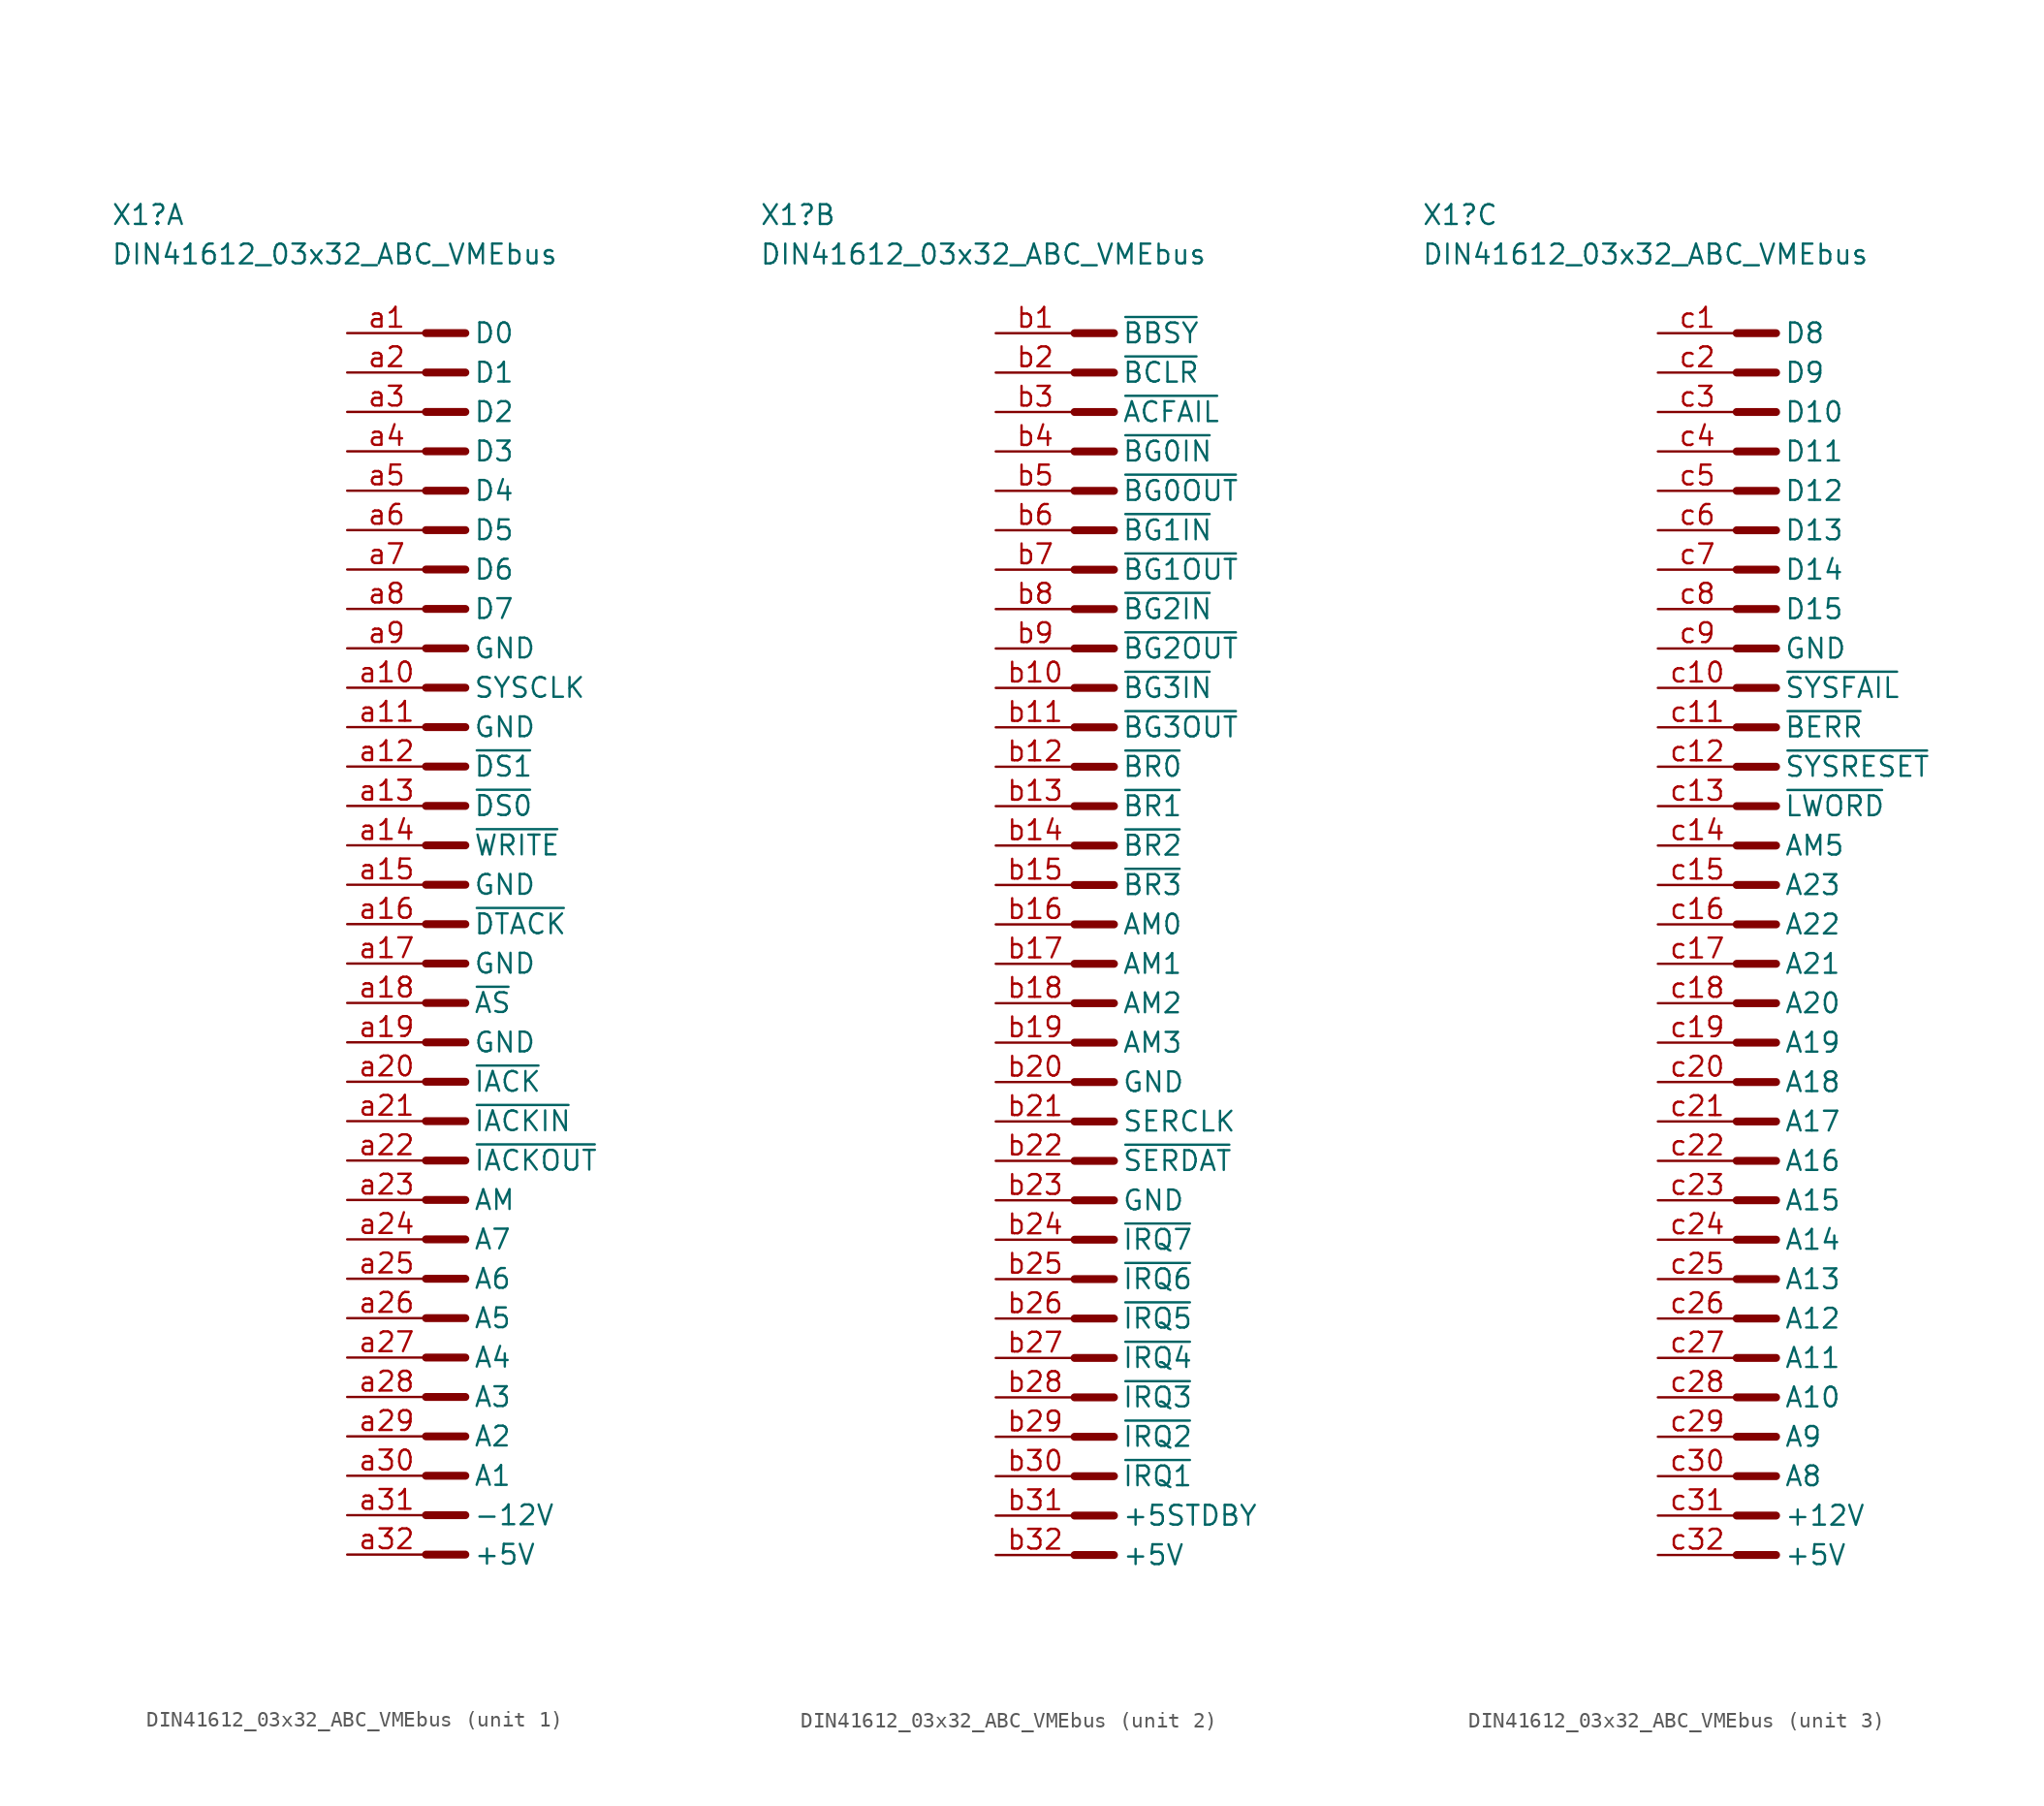
<source format=kicad_sym>
(kicad_symbol_lib
  (version 20211014)
  (generator kicad_symbol_editor)
  (symbol "DIN41612_03x32_ABC_VMEbus"
    (pin_names
      (offset 3.048))
    (property "Reference" "X1"
      (at -20.32 45.72 0)
      (effects (font (size 1.27 1.27)) (justify left)))
    (property "Value" "DIN41612_03x32_ABC_VMEbus"
      (at -20.32 43.18 0)
      (effects (font (size 1.27 1.27)) (justify left)))
    (property "ki_locked" ""
      (at 0 0 0)
      (effects (font (size 1.27 1.27))))
    (symbol "DIN41612_03x32_ABC_VMEbus_1_1"
      (polyline (pts (xy 0 -40.64) (xy 2.54 -40.64)) (stroke (width 0.508) (type default) (color 0 0 0 0)) (fill (type none)))
      (polyline (pts (xy 0 -38.1) (xy 2.54 -38.1)) (stroke (width 0.508) (type default) (color 0 0 0 0)) (fill (type none)))
      (polyline (pts (xy 0 -35.56) (xy 2.54 -35.56)) (stroke (width 0.508) (type default) (color 0 0 0 0)) (fill (type none)))
      (polyline (pts (xy 0 -33.02) (xy 2.54 -33.02)) (stroke (width 0.508) (type default) (color 0 0 0 0)) (fill (type none)))
      (polyline (pts (xy 0 -30.48) (xy 2.54 -30.48)) (stroke (width 0.508) (type default) (color 0 0 0 0)) (fill (type none)))
      (polyline (pts (xy 0 -27.94) (xy 2.54 -27.94)) (stroke (width 0.508) (type default) (color 0 0 0 0)) (fill (type none)))
      (polyline (pts (xy 0 -25.4) (xy 2.54 -25.4)) (stroke (width 0.508) (type default) (color 0 0 0 0)) (fill (type none)))
      (polyline (pts (xy 0 -22.86) (xy 2.54 -22.86)) (stroke (width 0.508) (type default) (color 0 0 0 0)) (fill (type none)))
      (polyline (pts (xy 0 -20.32) (xy 2.54 -20.32)) (stroke (width 0.508) (type default) (color 0 0 0 0)) (fill (type none)))
      (polyline (pts (xy 0 -17.78) (xy 2.54 -17.78)) (stroke (width 0.508) (type default) (color 0 0 0 0)) (fill (type none)))
      (polyline (pts (xy 0 -15.24) (xy 2.54 -15.24)) (stroke (width 0.508) (type default) (color 0 0 0 0)) (fill (type none)))
      (polyline (pts (xy 0 -12.7) (xy 2.54 -12.7)) (stroke (width 0.508) (type default) (color 0 0 0 0)) (fill (type none)))
      (polyline (pts (xy 0 -10.16) (xy 2.54 -10.16)) (stroke (width 0.508) (type default) (color 0 0 0 0)) (fill (type none)))
      (polyline (pts (xy 0 -7.62) (xy 2.54 -7.62)) (stroke (width 0.508) (type default) (color 0 0 0 0)) (fill (type none)))
      (polyline (pts (xy 0 -5.08) (xy 2.54 -5.08)) (stroke (width 0.508) (type default) (color 0 0 0 0)) (fill (type none)))
      (polyline (pts (xy 0 -2.54) (xy 2.54 -2.54)) (stroke (width 0.508) (type default) (color 0 0 0 0)) (fill (type none)))
      (polyline (pts (xy 0 0) (xy 2.54 0)) (stroke (width 0.508) (type default) (color 0 0 0 0)) (fill (type none)))
      (polyline (pts (xy 0 2.54) (xy 2.54 2.54)) (stroke (width 0.508) (type default) (color 0 0 0 0)) (fill (type none)))
      (polyline (pts (xy 0 5.08) (xy 2.54 5.08)) (stroke (width 0.508) (type default) (color 0 0 0 0)) (fill (type none)))
      (polyline (pts (xy 0 7.62) (xy 2.54 7.62)) (stroke (width 0.508) (type default) (color 0 0 0 0)) (fill (type none)))
      (polyline (pts (xy 0 10.16) (xy 2.54 10.16)) (stroke (width 0.508) (type default) (color 0 0 0 0)) (fill (type none)))
      (polyline (pts (xy 0 12.7) (xy 2.54 12.7)) (stroke (width 0.508) (type default) (color 0 0 0 0)) (fill (type none)))
      (polyline (pts (xy 0 15.24) (xy 2.54 15.24)) (stroke (width 0.508) (type default) (color 0 0 0 0)) (fill (type none)))
      (polyline (pts (xy 0 17.78) (xy 2.54 17.78)) (stroke (width 0.508) (type default) (color 0 0 0 0)) (fill (type none)))
      (polyline (pts (xy 0 20.32) (xy 2.54 20.32)) (stroke (width 0.508) (type default) (color 0 0 0 0)) (fill (type none)))
      (polyline (pts (xy 0 22.86) (xy 2.54 22.86)) (stroke (width 0.508) (type default) (color 0 0 0 0)) (fill (type none)))
      (polyline (pts (xy 0 25.4) (xy 2.54 25.4)) (stroke (width 0.508) (type default) (color 0 0 0 0)) (fill (type none)))
      (polyline (pts (xy 0 27.94) (xy 2.54 27.94)) (stroke (width 0.508) (type default) (color 0 0 0 0)) (fill (type none)))
      (polyline (pts (xy 0 30.48) (xy 2.54 30.48)) (stroke (width 0.508) (type default) (color 0 0 0 0)) (fill (type none)))
      (polyline (pts (xy 0 33.02) (xy 2.54 33.02)) (stroke (width 0.508) (type default) (color 0 0 0 0)) (fill (type none)))
      (polyline (pts (xy 0 35.56) (xy 2.54 35.56)) (stroke (width 0.508) (type default) (color 0 0 0 0)) (fill (type none)))
      (polyline (pts (xy 0 38.1) (xy 2.54 38.1)) (stroke (width 0.508) (type default) (color 0 0 0 0)) (fill (type none)))
      (pin passive line (at -5.08 38.1 0) (length 5.08) (name "D0" (effects (font (size 1.27 1.27)))) (number "a1" (effects (font (size 1.27 1.27)))))
      (pin passive line (at -5.08 15.24 0) (length 5.08) (name "SYSCLK" (effects (font (size 1.27 1.27)))) (number "a10" (effects (font (size 1.27 1.27)))))
      (pin passive line (at -5.08 12.7 0) (length 5.08) (name "GND" (effects (font (size 1.27 1.27)))) (number "a11" (effects (font (size 1.27 1.27)))))
      (pin passive line (at -5.08 10.16 0) (length 5.08) (name "~{DS1}" (effects (font (size 1.27 1.27)))) (number "a12" (effects (font (size 1.27 1.27)))))
      (pin passive line (at -5.08 7.62 0) (length 5.08) (name "~{DS0}" (effects (font (size 1.27 1.27)))) (number "a13" (effects (font (size 1.27 1.27)))))
      (pin passive line (at -5.08 5.08 0) (length 5.08) (name "~{WRITE}" (effects (font (size 1.27 1.27)))) (number "a14" (effects (font (size 1.27 1.27)))))
      (pin passive line (at -5.08 2.54 0) (length 5.08) (name "GND" (effects (font (size 1.27 1.27)))) (number "a15" (effects (font (size 1.27 1.27)))))
      (pin passive line (at -5.08 0 0) (length 5.08) (name "~{DTACK}" (effects (font (size 1.27 1.27)))) (number "a16" (effects (font (size 1.27 1.27)))))
      (pin passive line (at -5.08 -2.54 0) (length 5.08) (name "GND" (effects (font (size 1.27 1.27)))) (number "a17" (effects (font (size 1.27 1.27)))))
      (pin passive line (at -5.08 -5.08 0) (length 5.08) (name "~{AS}" (effects (font (size 1.27 1.27)))) (number "a18" (effects (font (size 1.27 1.27)))))
      (pin passive line (at -5.08 -7.62 0) (length 5.08) (name "GND" (effects (font (size 1.27 1.27)))) (number "a19" (effects (font (size 1.27 1.27)))))
      (pin passive line (at -5.08 35.56 0) (length 5.08) (name "D1" (effects (font (size 1.27 1.27)))) (number "a2" (effects (font (size 1.27 1.27)))))
      (pin passive line (at -5.08 -10.16 0) (length 5.08) (name "~{IACK}" (effects (font (size 1.27 1.27)))) (number "a20" (effects (font (size 1.27 1.27)))))
      (pin passive line (at -5.08 -12.7 0) (length 5.08) (name "~{IACKIN}" (effects (font (size 1.27 1.27)))) (number "a21" (effects (font (size 1.27 1.27)))))
      (pin passive line (at -5.08 -15.24 0) (length 5.08) (name "~{IACKOUT}" (effects (font (size 1.27 1.27)))) (number "a22" (effects (font (size 1.27 1.27)))))
      (pin passive line (at -5.08 -17.78 0) (length 5.08) (name "AM" (effects (font (size 1.27 1.27)))) (number "a23" (effects (font (size 1.27 1.27)))))
      (pin passive line (at -5.08 -20.32 0) (length 5.08) (name "A7" (effects (font (size 1.27 1.27)))) (number "a24" (effects (font (size 1.27 1.27)))))
      (pin passive line (at -5.08 -22.86 0) (length 5.08) (name "A6" (effects (font (size 1.27 1.27)))) (number "a25" (effects (font (size 1.27 1.27)))))
      (pin passive line (at -5.08 -25.4 0) (length 5.08) (name "A5" (effects (font (size 1.27 1.27)))) (number "a26" (effects (font (size 1.27 1.27)))))
      (pin passive line (at -5.08 -27.94 0) (length 5.08) (name "A4" (effects (font (size 1.27 1.27)))) (number "a27" (effects (font (size 1.27 1.27)))))
      (pin passive line (at -5.08 -30.48 0) (length 5.08) (name "A3" (effects (font (size 1.27 1.27)))) (number "a28" (effects (font (size 1.27 1.27)))))
      (pin passive line (at -5.08 -33.02 0) (length 5.08) (name "A2" (effects (font (size 1.27 1.27)))) (number "a29" (effects (font (size 1.27 1.27)))))
      (pin passive line (at -5.08 33.02 0) (length 5.08) (name "D2" (effects (font (size 1.27 1.27)))) (number "a3" (effects (font (size 1.27 1.27)))))
      (pin passive line (at -5.08 -35.56 0) (length 5.08) (name "A1" (effects (font (size 1.27 1.27)))) (number "a30" (effects (font (size 1.27 1.27)))))
      (pin passive line (at -5.08 -38.1 0) (length 5.08) (name "-12V" (effects (font (size 1.27 1.27)))) (number "a31" (effects (font (size 1.27 1.27)))))
      (pin passive line (at -5.08 -40.64 0) (length 5.08) (name "+5V" (effects (font (size 1.27 1.27)))) (number "a32" (effects (font (size 1.27 1.27)))))
      (pin passive line (at -5.08 30.48 0) (length 5.08) (name "D3" (effects (font (size 1.27 1.27)))) (number "a4" (effects (font (size 1.27 1.27)))))
      (pin passive line (at -5.08 27.94 0) (length 5.08) (name "D4" (effects (font (size 1.27 1.27)))) (number "a5" (effects (font (size 1.27 1.27)))))
      (pin passive line (at -5.08 25.4 0) (length 5.08) (name "D5" (effects (font (size 1.27 1.27)))) (number "a6" (effects (font (size 1.27 1.27)))))
      (pin passive line (at -5.08 22.86 0) (length 5.08) (name "D6" (effects (font (size 1.27 1.27)))) (number "a7" (effects (font (size 1.27 1.27)))))
      (pin passive line (at -5.08 20.32 0) (length 5.08) (name "D7" (effects (font (size 1.27 1.27)))) (number "a8" (effects (font (size 1.27 1.27)))))
      (pin passive line (at -5.08 17.78 0) (length 5.08) (name "GND" (effects (font (size 1.27 1.27)))) (number "a9" (effects (font (size 1.27 1.27))))))
    (symbol "DIN41612_03x32_ABC_VMEbus_2_1"
      (polyline (pts (xy 0 -40.64) (xy 2.54 -40.64)) (stroke (width 0.508) (type default) (color 0 0 0 0)) (fill (type none)))
      (polyline (pts (xy 0 -38.1) (xy 2.54 -38.1)) (stroke (width 0.508) (type default) (color 0 0 0 0)) (fill (type none)))
      (polyline (pts (xy 0 -35.56) (xy 2.54 -35.56)) (stroke (width 0.508) (type default) (color 0 0 0 0)) (fill (type none)))
      (polyline (pts (xy 0 -33.02) (xy 2.54 -33.02)) (stroke (width 0.508) (type default) (color 0 0 0 0)) (fill (type none)))
      (polyline (pts (xy 0 -30.48) (xy 2.54 -30.48)) (stroke (width 0.508) (type default) (color 0 0 0 0)) (fill (type none)))
      (polyline (pts (xy 0 -27.94) (xy 2.54 -27.94)) (stroke (width 0.508) (type default) (color 0 0 0 0)) (fill (type none)))
      (polyline (pts (xy 0 -25.4) (xy 2.54 -25.4)) (stroke (width 0.508) (type default) (color 0 0 0 0)) (fill (type none)))
      (polyline (pts (xy 0 -22.86) (xy 2.54 -22.86)) (stroke (width 0.508) (type default) (color 0 0 0 0)) (fill (type none)))
      (polyline (pts (xy 0 -20.32) (xy 2.54 -20.32)) (stroke (width 0.508) (type default) (color 0 0 0 0)) (fill (type none)))
      (polyline (pts (xy 0 -17.78) (xy 2.54 -17.78)) (stroke (width 0.508) (type default) (color 0 0 0 0)) (fill (type none)))
      (polyline (pts (xy 0 -15.24) (xy 2.54 -15.24)) (stroke (width 0.508) (type default) (color 0 0 0 0)) (fill (type none)))
      (polyline (pts (xy 0 -12.7) (xy 2.54 -12.7)) (stroke (width 0.508) (type default) (color 0 0 0 0)) (fill (type none)))
      (polyline (pts (xy 0 -10.16) (xy 2.54 -10.16)) (stroke (width 0.508) (type default) (color 0 0 0 0)) (fill (type none)))
      (polyline (pts (xy 0 -7.62) (xy 2.54 -7.62)) (stroke (width 0.508) (type default) (color 0 0 0 0)) (fill (type none)))
      (polyline (pts (xy 0 -5.08) (xy 2.54 -5.08)) (stroke (width 0.508) (type default) (color 0 0 0 0)) (fill (type none)))
      (polyline (pts (xy 0 -2.54) (xy 2.54 -2.54)) (stroke (width 0.508) (type default) (color 0 0 0 0)) (fill (type none)))
      (polyline (pts (xy 0 0) (xy 2.54 0)) (stroke (width 0.508) (type default) (color 0 0 0 0)) (fill (type none)))
      (polyline (pts (xy 0 2.54) (xy 2.54 2.54)) (stroke (width 0.508) (type default) (color 0 0 0 0)) (fill (type none)))
      (polyline (pts (xy 0 5.08) (xy 2.54 5.08)) (stroke (width 0.508) (type default) (color 0 0 0 0)) (fill (type none)))
      (polyline (pts (xy 0 7.62) (xy 2.54 7.62)) (stroke (width 0.508) (type default) (color 0 0 0 0)) (fill (type none)))
      (polyline (pts (xy 0 10.16) (xy 2.54 10.16)) (stroke (width 0.508) (type default) (color 0 0 0 0)) (fill (type none)))
      (polyline (pts (xy 0 12.7) (xy 2.54 12.7)) (stroke (width 0.508) (type default) (color 0 0 0 0)) (fill (type none)))
      (polyline (pts (xy 0 15.24) (xy 2.54 15.24)) (stroke (width 0.508) (type default) (color 0 0 0 0)) (fill (type none)))
      (polyline (pts (xy 0 17.78) (xy 2.54 17.78)) (stroke (width 0.508) (type default) (color 0 0 0 0)) (fill (type none)))
      (polyline (pts (xy 0 20.32) (xy 2.54 20.32)) (stroke (width 0.508) (type default) (color 0 0 0 0)) (fill (type none)))
      (polyline (pts (xy 0 22.86) (xy 2.54 22.86)) (stroke (width 0.508) (type default) (color 0 0 0 0)) (fill (type none)))
      (polyline (pts (xy 0 25.4) (xy 2.54 25.4)) (stroke (width 0.508) (type default) (color 0 0 0 0)) (fill (type none)))
      (polyline (pts (xy 0 27.94) (xy 2.54 27.94)) (stroke (width 0.508) (type default) (color 0 0 0 0)) (fill (type none)))
      (polyline (pts (xy 0 30.48) (xy 2.54 30.48)) (stroke (width 0.508) (type default) (color 0 0 0 0)) (fill (type none)))
      (polyline (pts (xy 0 33.02) (xy 2.54 33.02)) (stroke (width 0.508) (type default) (color 0 0 0 0)) (fill (type none)))
      (polyline (pts (xy 0 35.56) (xy 2.54 35.56)) (stroke (width 0.508) (type default) (color 0 0 0 0)) (fill (type none)))
      (polyline (pts (xy 0 38.1) (xy 2.54 38.1)) (stroke (width 0.508) (type default) (color 0 0 0 0)) (fill (type none)))
      (pin passive line (at -5.08 38.1 0) (length 5.08) (name "~{BBSY}" (effects (font (size 1.27 1.27)))) (number "b1" (effects (font (size 1.27 1.27)))))
      (pin passive line (at -5.08 15.24 0) (length 5.08) (name "~{BG3IN}" (effects (font (size 1.27 1.27)))) (number "b10" (effects (font (size 1.27 1.27)))))
      (pin passive line (at -5.08 12.7 0) (length 5.08) (name "~{BG3OUT}" (effects (font (size 1.27 1.27)))) (number "b11" (effects (font (size 1.27 1.27)))))
      (pin passive line (at -5.08 10.16 0) (length 5.08) (name "~{BR0}" (effects (font (size 1.27 1.27)))) (number "b12" (effects (font (size 1.27 1.27)))))
      (pin passive line (at -5.08 7.62 0) (length 5.08) (name "~{BR1}" (effects (font (size 1.27 1.27)))) (number "b13" (effects (font (size 1.27 1.27)))))
      (pin passive line (at -5.08 5.08 0) (length 5.08) (name "~{BR2}" (effects (font (size 1.27 1.27)))) (number "b14" (effects (font (size 1.27 1.27)))))
      (pin passive line (at -5.08 2.54 0) (length 5.08) (name "~{BR3}" (effects (font (size 1.27 1.27)))) (number "b15" (effects (font (size 1.27 1.27)))))
      (pin passive line (at -5.08 0 0) (length 5.08) (name "AM0" (effects (font (size 1.27 1.27)))) (number "b16" (effects (font (size 1.27 1.27)))))
      (pin passive line (at -5.08 -2.54 0) (length 5.08) (name "AM1" (effects (font (size 1.27 1.27)))) (number "b17" (effects (font (size 1.27 1.27)))))
      (pin passive line (at -5.08 -5.08 0) (length 5.08) (name "AM2" (effects (font (size 1.27 1.27)))) (number "b18" (effects (font (size 1.27 1.27)))))
      (pin passive line (at -5.08 -7.62 0) (length 5.08) (name "AM3" (effects (font (size 1.27 1.27)))) (number "b19" (effects (font (size 1.27 1.27)))))
      (pin passive line (at -5.08 35.56 0) (length 5.08) (name "~{BCLR}" (effects (font (size 1.27 1.27)))) (number "b2" (effects (font (size 1.27 1.27)))))
      (pin passive line (at -5.08 -10.16 0) (length 5.08) (name "GND" (effects (font (size 1.27 1.27)))) (number "b20" (effects (font (size 1.27 1.27)))))
      (pin passive line (at -5.08 -12.7 0) (length 5.08) (name "SERCLK" (effects (font (size 1.27 1.27)))) (number "b21" (effects (font (size 1.27 1.27)))))
      (pin passive line (at -5.08 -15.24 0) (length 5.08) (name "~{SERDAT}" (effects (font (size 1.27 1.27)))) (number "b22" (effects (font (size 1.27 1.27)))))
      (pin passive line (at -5.08 -17.78 0) (length 5.08) (name "GND" (effects (font (size 1.27 1.27)))) (number "b23" (effects (font (size 1.27 1.27)))))
      (pin passive line (at -5.08 -20.32 0) (length 5.08) (name "~{IRQ7}" (effects (font (size 1.27 1.27)))) (number "b24" (effects (font (size 1.27 1.27)))))
      (pin passive line (at -5.08 -22.86 0) (length 5.08) (name "~{IRQ6}" (effects (font (size 1.27 1.27)))) (number "b25" (effects (font (size 1.27 1.27)))))
      (pin passive line (at -5.08 -25.4 0) (length 5.08) (name "~{IRQ5}" (effects (font (size 1.27 1.27)))) (number "b26" (effects (font (size 1.27 1.27)))))
      (pin passive line (at -5.08 -27.94 0) (length 5.08) (name "~{IRQ4}" (effects (font (size 1.27 1.27)))) (number "b27" (effects (font (size 1.27 1.27)))))
      (pin passive line (at -5.08 -30.48 0) (length 5.08) (name "~{IRQ3}" (effects (font (size 1.27 1.27)))) (number "b28" (effects (font (size 1.27 1.27)))))
      (pin passive line (at -5.08 -33.02 0) (length 5.08) (name "~{IRQ2}" (effects (font (size 1.27 1.27)))) (number "b29" (effects (font (size 1.27 1.27)))))
      (pin passive line (at -5.08 33.02 0) (length 5.08) (name "~{ACFAIL}" (effects (font (size 1.27 1.27)))) (number "b3" (effects (font (size 1.27 1.27)))))
      (pin passive line (at -5.08 -35.56 0) (length 5.08) (name "~{IRQ1}" (effects (font (size 1.27 1.27)))) (number "b30" (effects (font (size 1.27 1.27)))))
      (pin passive line (at -5.08 -38.1 0) (length 5.08) (name "+5STDBY" (effects (font (size 1.27 1.27)))) (number "b31" (effects (font (size 1.27 1.27)))))
      (pin passive line (at -5.08 -40.64 0) (length 5.08) (name "+5V" (effects (font (size 1.27 1.27)))) (number "b32" (effects (font (size 1.27 1.27)))))
      (pin passive line (at -5.08 30.48 0) (length 5.08) (name "~{BG0IN}" (effects (font (size 1.27 1.27)))) (number "b4" (effects (font (size 1.27 1.27)))))
      (pin passive line (at -5.08 27.94 0) (length 5.08) (name "~{BG0OUT}" (effects (font (size 1.27 1.27)))) (number "b5" (effects (font (size 1.27 1.27)))))
      (pin passive line (at -5.08 25.4 0) (length 5.08) (name "~{BG1IN}" (effects (font (size 1.27 1.27)))) (number "b6" (effects (font (size 1.27 1.27)))))
      (pin passive line (at -5.08 22.86 0) (length 5.08) (name "~{BG1OUT}" (effects (font (size 1.27 1.27)))) (number "b7" (effects (font (size 1.27 1.27)))))
      (pin passive line (at -5.08 20.32 0) (length 5.08) (name "~{BG2IN}" (effects (font (size 1.27 1.27)))) (number "b8" (effects (font (size 1.27 1.27)))))
      (pin passive line (at -5.08 17.78 0) (length 5.08) (name "~{BG2OUT}" (effects (font (size 1.27 1.27)))) (number "b9" (effects (font (size 1.27 1.27))))))
    (symbol "DIN41612_03x32_ABC_VMEbus_3_1"
      (polyline (pts (xy 0 -40.64) (xy 2.54 -40.64)) (stroke (width 0.508) (type default) (color 0 0 0 0)) (fill (type none)))
      (polyline (pts (xy 0 -38.1) (xy 2.54 -38.1)) (stroke (width 0.508) (type default) (color 0 0 0 0)) (fill (type none)))
      (polyline (pts (xy 0 -35.56) (xy 2.54 -35.56)) (stroke (width 0.508) (type default) (color 0 0 0 0)) (fill (type none)))
      (polyline (pts (xy 0 -33.02) (xy 2.54 -33.02)) (stroke (width 0.508) (type default) (color 0 0 0 0)) (fill (type none)))
      (polyline (pts (xy 0 -30.48) (xy 2.54 -30.48)) (stroke (width 0.508) (type default) (color 0 0 0 0)) (fill (type none)))
      (polyline (pts (xy 0 -27.94) (xy 2.54 -27.94)) (stroke (width 0.508) (type default) (color 0 0 0 0)) (fill (type none)))
      (polyline (pts (xy 0 -25.4) (xy 2.54 -25.4)) (stroke (width 0.508) (type default) (color 0 0 0 0)) (fill (type none)))
      (polyline (pts (xy 0 -22.86) (xy 2.54 -22.86)) (stroke (width 0.508) (type default) (color 0 0 0 0)) (fill (type none)))
      (polyline (pts (xy 0 -20.32) (xy 2.54 -20.32)) (stroke (width 0.508) (type default) (color 0 0 0 0)) (fill (type none)))
      (polyline (pts (xy 0 -17.78) (xy 2.54 -17.78)) (stroke (width 0.508) (type default) (color 0 0 0 0)) (fill (type none)))
      (polyline (pts (xy 0 -15.24) (xy 2.54 -15.24)) (stroke (width 0.508) (type default) (color 0 0 0 0)) (fill (type none)))
      (polyline (pts (xy 0 -12.7) (xy 2.54 -12.7)) (stroke (width 0.508) (type default) (color 0 0 0 0)) (fill (type none)))
      (polyline (pts (xy 0 -10.16) (xy 2.54 -10.16)) (stroke (width 0.508) (type default) (color 0 0 0 0)) (fill (type none)))
      (polyline (pts (xy 0 -7.62) (xy 2.54 -7.62)) (stroke (width 0.508) (type default) (color 0 0 0 0)) (fill (type none)))
      (polyline (pts (xy 0 -5.08) (xy 2.54 -5.08)) (stroke (width 0.508) (type default) (color 0 0 0 0)) (fill (type none)))
      (polyline (pts (xy 0 -2.54) (xy 2.54 -2.54)) (stroke (width 0.508) (type default) (color 0 0 0 0)) (fill (type none)))
      (polyline (pts (xy 0 0) (xy 2.54 0)) (stroke (width 0.508) (type default) (color 0 0 0 0)) (fill (type none)))
      (polyline (pts (xy 0 2.54) (xy 2.54 2.54)) (stroke (width 0.508) (type default) (color 0 0 0 0)) (fill (type none)))
      (polyline (pts (xy 0 5.08) (xy 2.54 5.08)) (stroke (width 0.508) (type default) (color 0 0 0 0)) (fill (type none)))
      (polyline (pts (xy 0 7.62) (xy 2.54 7.62)) (stroke (width 0.508) (type default) (color 0 0 0 0)) (fill (type none)))
      (polyline (pts (xy 0 10.16) (xy 2.54 10.16)) (stroke (width 0.508) (type default) (color 0 0 0 0)) (fill (type none)))
      (polyline (pts (xy 0 12.7) (xy 2.54 12.7)) (stroke (width 0.508) (type default) (color 0 0 0 0)) (fill (type none)))
      (polyline (pts (xy 0 15.24) (xy 2.54 15.24)) (stroke (width 0.508) (type default) (color 0 0 0 0)) (fill (type none)))
      (polyline (pts (xy 0 17.78) (xy 2.54 17.78)) (stroke (width 0.508) (type default) (color 0 0 0 0)) (fill (type none)))
      (polyline (pts (xy 0 20.32) (xy 2.54 20.32)) (stroke (width 0.508) (type default) (color 0 0 0 0)) (fill (type none)))
      (polyline (pts (xy 0 22.86) (xy 2.54 22.86)) (stroke (width 0.508) (type default) (color 0 0 0 0)) (fill (type none)))
      (polyline (pts (xy 0 25.4) (xy 2.54 25.4)) (stroke (width 0.508) (type default) (color 0 0 0 0)) (fill (type none)))
      (polyline (pts (xy 0 27.94) (xy 2.54 27.94)) (stroke (width 0.508) (type default) (color 0 0 0 0)) (fill (type none)))
      (polyline (pts (xy 0 30.48) (xy 2.54 30.48)) (stroke (width 0.508) (type default) (color 0 0 0 0)) (fill (type none)))
      (polyline (pts (xy 0 33.02) (xy 2.54 33.02)) (stroke (width 0.508) (type default) (color 0 0 0 0)) (fill (type none)))
      (polyline (pts (xy 0 35.56) (xy 2.54 35.56)) (stroke (width 0.508) (type default) (color 0 0 0 0)) (fill (type none)))
      (polyline (pts (xy 0 38.1) (xy 2.54 38.1)) (stroke (width 0.508) (type default) (color 0 0 0 0)) (fill (type none)))
      (pin passive line (at -5.08 38.1 0) (length 5.08) (name "D8" (effects (font (size 1.27 1.27)))) (number "c1" (effects (font (size 1.27 1.27)))))
      (pin passive line (at -5.08 15.24 0) (length 5.08) (name "~{SYSFAIL}" (effects (font (size 1.27 1.27)))) (number "c10" (effects (font (size 1.27 1.27)))))
      (pin passive line (at -5.08 12.7 0) (length 5.08) (name "~{BERR}" (effects (font (size 1.27 1.27)))) (number "c11" (effects (font (size 1.27 1.27)))))
      (pin passive line (at -5.08 10.16 0) (length 5.08) (name "~{SYSRESET}" (effects (font (size 1.27 1.27)))) (number "c12" (effects (font (size 1.27 1.27)))))
      (pin passive line (at -5.08 7.62 0) (length 5.08) (name "~{LWORD}" (effects (font (size 1.27 1.27)))) (number "c13" (effects (font (size 1.27 1.27)))))
      (pin passive line (at -5.08 5.08 0) (length 5.08) (name "AM5" (effects (font (size 1.27 1.27)))) (number "c14" (effects (font (size 1.27 1.27)))))
      (pin passive line (at -5.08 2.54 0) (length 5.08) (name "A23" (effects (font (size 1.27 1.27)))) (number "c15" (effects (font (size 1.27 1.27)))))
      (pin passive line (at -5.08 0 0) (length 5.08) (name "A22" (effects (font (size 1.27 1.27)))) (number "c16" (effects (font (size 1.27 1.27)))))
      (pin passive line (at -5.08 -2.54 0) (length 5.08) (name "A21" (effects (font (size 1.27 1.27)))) (number "c17" (effects (font (size 1.27 1.27)))))
      (pin passive line (at -5.08 -5.08 0) (length 5.08) (name "A20" (effects (font (size 1.27 1.27)))) (number "c18" (effects (font (size 1.27 1.27)))))
      (pin passive line (at -5.08 -7.62 0) (length 5.08) (name "A19" (effects (font (size 1.27 1.27)))) (number "c19" (effects (font (size 1.27 1.27)))))
      (pin passive line (at -5.08 35.56 0) (length 5.08) (name "D9" (effects (font (size 1.27 1.27)))) (number "c2" (effects (font (size 1.27 1.27)))))
      (pin passive line (at -5.08 -10.16 0) (length 5.08) (name "A18" (effects (font (size 1.27 1.27)))) (number "c20" (effects (font (size 1.27 1.27)))))
      (pin passive line (at -5.08 -12.7 0) (length 5.08) (name "A17" (effects (font (size 1.27 1.27)))) (number "c21" (effects (font (size 1.27 1.27)))))
      (pin passive line (at -5.08 -15.24 0) (length 5.08) (name "A16" (effects (font (size 1.27 1.27)))) (number "c22" (effects (font (size 1.27 1.27)))))
      (pin passive line (at -5.08 -17.78 0) (length 5.08) (name "A15" (effects (font (size 1.27 1.27)))) (number "c23" (effects (font (size 1.27 1.27)))))
      (pin passive line (at -5.08 -20.32 0) (length 5.08) (name "A14" (effects (font (size 1.27 1.27)))) (number "c24" (effects (font (size 1.27 1.27)))))
      (pin passive line (at -5.08 -22.86 0) (length 5.08) (name "A13" (effects (font (size 1.27 1.27)))) (number "c25" (effects (font (size 1.27 1.27)))))
      (pin passive line (at -5.08 -25.4 0) (length 5.08) (name "A12" (effects (font (size 1.27 1.27)))) (number "c26" (effects (font (size 1.27 1.27)))))
      (pin passive line (at -5.08 -27.94 0) (length 5.08) (name "A11" (effects (font (size 1.27 1.27)))) (number "c27" (effects (font (size 1.27 1.27)))))
      (pin passive line (at -5.08 -30.48 0) (length 5.08) (name "A10" (effects (font (size 1.27 1.27)))) (number "c28" (effects (font (size 1.27 1.27)))))
      (pin passive line (at -5.08 -33.02 0) (length 5.08) (name "A9" (effects (font (size 1.27 1.27)))) (number "c29" (effects (font (size 1.27 1.27)))))
      (pin passive line (at -5.08 33.02 0) (length 5.08) (name "D10" (effects (font (size 1.27 1.27)))) (number "c3" (effects (font (size 1.27 1.27)))))
      (pin passive line (at -5.08 -35.56 0) (length 5.08) (name "A8" (effects (font (size 1.27 1.27)))) (number "c30" (effects (font (size 1.27 1.27)))))
      (pin passive line (at -5.08 -38.1 0) (length 5.08) (name "+12V" (effects (font (size 1.27 1.27)))) (number "c31" (effects (font (size 1.27 1.27)))))
      (pin passive line (at -5.08 -40.64 0) (length 5.08) (name "+5V" (effects (font (size 1.27 1.27)))) (number "c32" (effects (font (size 1.27 1.27)))))
      (pin passive line (at -5.08 30.48 0) (length 5.08) (name "D11" (effects (font (size 1.27 1.27)))) (number "c4" (effects (font (size 1.27 1.27)))))
      (pin passive line (at -5.08 27.94 0) (length 5.08) (name "D12" (effects (font (size 1.27 1.27)))) (number "c5" (effects (font (size 1.27 1.27)))))
      (pin passive line (at -5.08 25.4 0) (length 5.08) (name "D13" (effects (font (size 1.27 1.27)))) (number "c6" (effects (font (size 1.27 1.27)))))
      (pin passive line (at -5.08 22.86 0) (length 5.08) (name "D14" (effects (font (size 1.27 1.27)))) (number "c7" (effects (font (size 1.27 1.27)))))
      (pin passive line (at -5.08 20.32 0) (length 5.08) (name "D15" (effects (font (size 1.27 1.27)))) (number "c8" (effects (font (size 1.27 1.27)))))
      (pin passive line (at -5.08 17.78 0) (length 5.08) (name "GND" (effects (font (size 1.27 1.27)))) (number "c9" (effects (font (size 1.27 1.27))))))))
</source>
